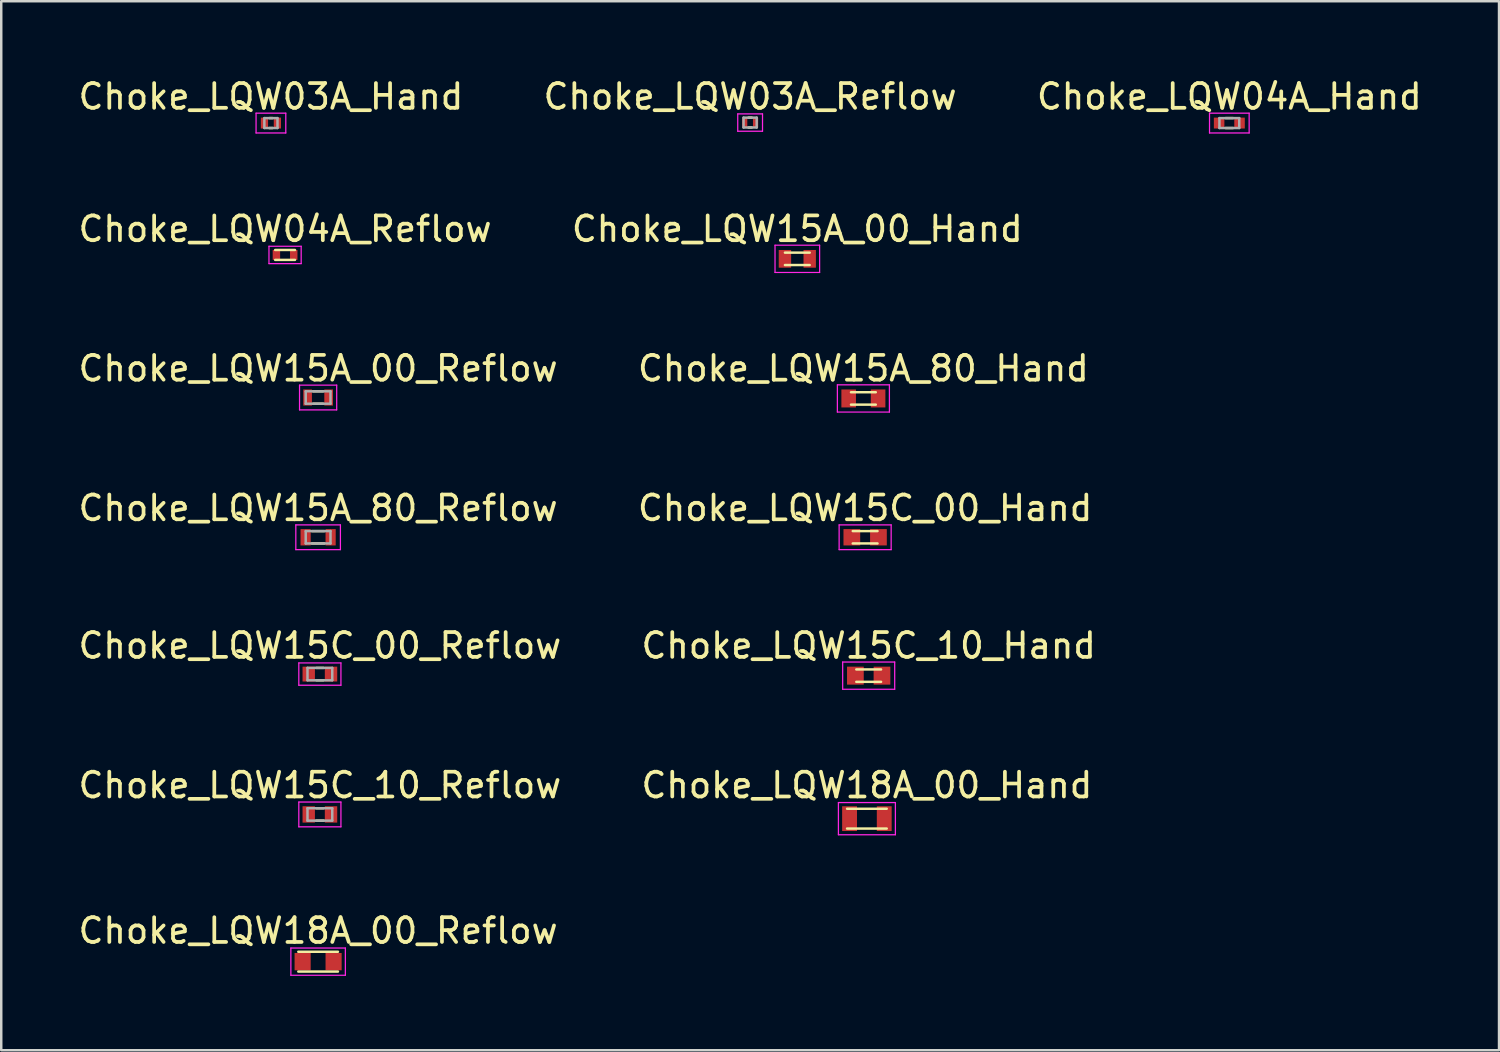
<source format=kicad_pcb>
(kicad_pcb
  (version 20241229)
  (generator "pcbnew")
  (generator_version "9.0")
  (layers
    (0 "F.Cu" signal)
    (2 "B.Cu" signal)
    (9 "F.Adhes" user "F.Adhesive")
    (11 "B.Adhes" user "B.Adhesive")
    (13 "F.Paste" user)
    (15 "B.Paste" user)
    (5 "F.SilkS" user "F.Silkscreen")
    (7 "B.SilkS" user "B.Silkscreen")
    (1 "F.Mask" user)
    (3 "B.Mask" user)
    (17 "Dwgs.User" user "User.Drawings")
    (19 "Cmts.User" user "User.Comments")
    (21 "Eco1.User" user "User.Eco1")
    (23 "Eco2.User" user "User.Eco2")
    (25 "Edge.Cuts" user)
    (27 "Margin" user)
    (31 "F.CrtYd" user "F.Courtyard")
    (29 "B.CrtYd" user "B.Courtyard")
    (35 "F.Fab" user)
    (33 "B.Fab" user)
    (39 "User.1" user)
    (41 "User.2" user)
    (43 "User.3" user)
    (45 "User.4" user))
  (footprint "Choke_LQW15C_00_Hand"
    (layer "F.Cu")
    (at 31.875 18.639)
    (property "Reference" "Choke_LQW15C_00_Hand" (at 0 -1.18 0) (layer "F.SilkS") (effects (font (size 1 1) (thickness 0.15))))
    (attr smd)
    (fp_line (start -0.5 -0.25) (end 0.5 -0.25) (stroke (width 0.1) (type solid)) (layer "F.SilkS"))
    (fp_line (start -0.5 0.25) (end 0.5 0.25) (stroke (width 0.1) (type solid)) (layer "F.SilkS"))
    (fp_line (start -1.05 -0.5) (end -1.05 0.5) (stroke (width 0.05) (type solid)) (layer "F.CrtYd"))
    (fp_line (start -1.05 -0.5) (end 1.05 -0.5) (stroke (width 0.05) (type solid)) (layer "F.CrtYd"))
    (fp_line (start -1.05 0.5) (end 1.05 0.5) (stroke (width 0.05) (type solid)) (layer "F.CrtYd"))
    (fp_line (start 1.05 -0.5) (end 1.05 0.5) (stroke (width 0.05) (type solid)) (layer "F.CrtYd"))
    (pad "1" smd rect (at -0.537 0) (size 0.675 0.66) (layers "F.Cu" "F.Mask" "F.Paste"))
    (pad "2" smd rect (at 0.537 0) (size 0.675 0.66) (layers "F.Cu" "F.Mask" "F.Paste")))
  (footprint "Choke_LQW04A_Hand"
    (layer "F.Cu")
    (at 46.577 1.918)
    (property "Reference" "Choke_LQW04A_Hand" (at 0 -1.07 0) (layer "F.SilkS") (effects (font (size 1 1) (thickness 0.15))))
    (attr smd)
    (fp_line (start -0.15 -0.2) (end 0.15 -0.2) (stroke (width 0.1) (type solid)) (layer "F.SilkS"))
    (fp_line (start -0.15 0.2) (end 0.15 0.2) (stroke (width 0.1) (type solid)) (layer "F.SilkS"))
    (fp_line (start -0.8 -0.4) (end -0.8 0.4) (stroke (width 0.05) (type solid)) (layer "F.CrtYd"))
    (fp_line (start -0.8 -0.4) (end 0.8 -0.4) (stroke (width 0.05) (type solid)) (layer "F.CrtYd"))
    (fp_line (start -0.8 0.4) (end 0.8 0.4) (stroke (width 0.05) (type solid)) (layer "F.CrtYd"))
    (fp_line (start 0.8 -0.4) (end 0.8 0.4) (stroke (width 0.05) (type solid)) (layer "F.CrtYd"))
    (fp_line (start -0.4 -0.2) (end -0.4 0.2) (stroke (width 0.1) (type solid)) (layer "F.Fab"))
    (fp_line (start -0.4 -0.2) (end 0.4 -0.2) (stroke (width 0.1) (type solid)) (layer "F.Fab"))
    (fp_line (start -0.4 0.2) (end 0.4 0.2) (stroke (width 0.1) (type solid)) (layer "F.Fab"))
    (fp_line (start 0.4 -0.2) (end 0.4 0.2) (stroke (width 0.1) (type solid)) (layer "F.Fab"))
    (pad "1" smd rect (at -0.412 0) (size 0.425 0.44) (layers "F.Cu" "F.Mask" "F.Paste"))
    (pad "2" smd rect (at 0.412 0) (size 0.425 0.44) (layers "F.Cu" "F.Mask" "F.Paste")))
  (footprint "Choke_LQW15A_00_Reflow"
    (layer "F.Cu")
    (at 9.792 12.997)
    (property "Reference" "Choke_LQW15A_00_Reflow" (at 0 -1.175 0) (layer "F.SilkS") (effects (font (size 1 1) (thickness 0.15))))
    (attr smd)
    (fp_line (start -0.2 -0.25) (end 0.2 -0.25) (stroke (width 0.1) (type solid)) (layer "F.SilkS"))
    (fp_line (start -0.2 0.25) (end 0.2 0.25) (stroke (width 0.1) (type solid)) (layer "F.SilkS"))
    (fp_line (start -0.75 -0.5) (end -0.75 0.5) (stroke (width 0.05) (type solid)) (layer "F.CrtYd"))
    (fp_line (start -0.75 -0.5) (end 0.75 -0.5) (stroke (width 0.05) (type solid)) (layer "F.CrtYd"))
    (fp_line (start -0.75 0.5) (end 0.75 0.5) (stroke (width 0.05) (type solid)) (layer "F.CrtYd"))
    (fp_line (start 0.75 -0.5) (end 0.75 0.5) (stroke (width 0.05) (type solid)) (layer "F.CrtYd"))
    (fp_line (start -0.5 -0.25) (end -0.5 0.25) (stroke (width 0.1) (type solid)) (layer "F.Fab"))
    (fp_line (start -0.5 -0.25) (end 0.5 -0.25) (stroke (width 0.1) (type solid)) (layer "F.Fab"))
    (fp_line (start -0.5 0.25) (end 0.5 0.25) (stroke (width 0.1) (type solid)) (layer "F.Fab"))
    (fp_line (start 0.5 -0.25) (end 0.5 0.25) (stroke (width 0.1) (type solid)) (layer "F.Fab"))
    (pad "1" smd rect (at -0.425 0) (size 0.35 0.65) (layers "F.Cu" "F.Mask" "F.Paste"))
    (pad "2" smd rect (at 0.425 0) (size 0.35 0.65) (layers "F.Cu" "F.Mask" "F.Paste")))
  (footprint "Choke_LQW15A_00_Hand"
    (layer "F.Cu")
    (at 29.137 7.399)
    (property "Reference" "Choke_LQW15A_00_Hand" (at 0 -1.208 0) (layer "F.SilkS") (effects (font (size 1 1) (thickness 0.15))))
    (attr smd)
    (fp_line (start -0.5 -0.25) (end 0.5 -0.25) (stroke (width 0.1) (type solid)) (layer "F.SilkS"))
    (fp_line (start -0.5 0.25) (end 0.5 0.25) (stroke (width 0.1) (type solid)) (layer "F.SilkS"))
    (fp_line (start -0.9 -0.55) (end -0.9 0.55) (stroke (width 0.05) (type solid)) (layer "F.CrtYd"))
    (fp_line (start -0.9 -0.55) (end 0.9 -0.55) (stroke (width 0.05) (type solid)) (layer "F.CrtYd"))
    (fp_line (start -0.9 0.55) (end 0.9 0.55) (stroke (width 0.05) (type solid)) (layer "F.CrtYd"))
    (fp_line (start 0.9 -0.55) (end 0.9 0.55) (stroke (width 0.05) (type solid)) (layer "F.CrtYd"))
    (pad "1" smd rect (at -0.5 0) (size 0.5 0.715) (layers "F.Cu" "F.Mask" "F.Paste"))
    (pad "2" smd rect (at 0.5 0) (size 0.5 0.715) (layers "F.Cu" "F.Mask" "F.Paste")))
  (footprint "Choke_LQW18A_00_Hand"
    (layer "F.Cu")
    (at 31.946 29.998)
    (property "Reference" "Choke_LQW18A_00_Hand" (at 0 -1.35 0) (layer "F.SilkS") (effects (font (size 1 1) (thickness 0.15))))
    (attr smd)
    (fp_line (start -0.8 -0.4) (end 0.8 -0.4) (stroke (width 0.1) (type solid)) (layer "F.SilkS"))
    (fp_line (start -0.8 0.4) (end 0.8 0.4) (stroke (width 0.1) (type solid)) (layer "F.SilkS"))
    (fp_line (start -1.15 -0.65) (end -1.15 0.65) (stroke (width 0.05) (type solid)) (layer "F.CrtYd"))
    (fp_line (start -1.15 -0.65) (end 1.15 -0.65) (stroke (width 0.05) (type solid)) (layer "F.CrtYd"))
    (fp_line (start -1.15 0.65) (end 1.15 0.65) (stroke (width 0.05) (type solid)) (layer "F.CrtYd"))
    (fp_line (start 1.15 -0.65) (end 1.15 0.65) (stroke (width 0.05) (type solid)) (layer "F.CrtYd"))
    (pad "1" smd rect (at -0.7 0) (size 0.6 1) (layers "F.Cu" "F.Mask" "F.Paste"))
    (pad "2" smd rect (at 0.7 0) (size 0.6 1) (layers "F.Cu" "F.Mask" "F.Paste")))
  (footprint "Choke_LQW03A_Hand"
    (layer "F.Cu")
    (at 7.887 1.918)
    (property "Reference" "Choke_LQW03A_Hand" (at 0 -1.07 0) (layer "F.SilkS") (effects (font (size 1 1) (thickness 0.15))))
    (attr smd)
    (fp_line (start -0.065 -0.2) (end 0.065 -0.2) (stroke (width 0.1) (type solid)) (layer "F.SilkS"))
    (fp_line (start -0.065 0.2) (end 0.065 0.2) (stroke (width 0.1) (type solid)) (layer "F.SilkS"))
    (fp_line (start -0.6 -0.4) (end -0.6 0.4) (stroke (width 0.05) (type solid)) (layer "F.CrtYd"))
    (fp_line (start -0.6 -0.4) (end 0.6 -0.4) (stroke (width 0.05) (type solid)) (layer "F.CrtYd"))
    (fp_line (start -0.6 0.4) (end 0.6 0.4) (stroke (width 0.05) (type solid)) (layer "F.CrtYd"))
    (fp_line (start 0.6 -0.4) (end 0.6 0.4) (stroke (width 0.05) (type solid)) (layer "F.CrtYd"))
    (fp_line (start -0.265 -0.2) (end -0.265 0.2) (stroke (width 0.1) (type solid)) (layer "F.Fab"))
    (fp_line (start -0.265 -0.2) (end 0.265 -0.2) (stroke (width 0.1) (type solid)) (layer "F.Fab"))
    (fp_line (start -0.265 0.2) (end 0.265 0.2) (stroke (width 0.1) (type solid)) (layer "F.Fab"))
    (fp_line (start 0.265 -0.2) (end 0.265 0.2) (stroke (width 0.1) (type solid)) (layer "F.Fab"))
    (pad "1" smd rect (at -0.261 0) (size 0.291 0.44) (layers "F.Cu" "F.Mask" "F.Paste"))
    (pad "2" smd rect (at 0.261 0) (size 0.291 0.44) (layers "F.Cu" "F.Mask" "F.Paste")))
  (footprint "Choke_LQW18A_00_Reflow"
    (layer "F.Cu")
    (at 9.792 35.771)
    (property "Reference" "Choke_LQW18A_00_Reflow" (at 0 -1.25 0) (layer "F.SilkS") (effects (font (size 1 1) (thickness 0.15))))
    (attr smd)
    (fp_line (start -0.8 -0.4) (end 0.8 -0.4) (stroke (width 0.1) (type solid)) (layer "F.SilkS"))
    (fp_line (start -0.8 0.4) (end 0.8 0.4) (stroke (width 0.1) (type solid)) (layer "F.SilkS"))
    (fp_line (start -1.1 -0.55) (end -1.1 0.55) (stroke (width 0.05) (type solid)) (layer "F.CrtYd"))
    (fp_line (start -1.1 -0.55) (end 1.1 -0.55) (stroke (width 0.05) (type solid)) (layer "F.CrtYd"))
    (fp_line (start -1.1 0.55) (end 1.1 0.55) (stroke (width 0.05) (type solid)) (layer "F.CrtYd"))
    (fp_line (start 1.1 -0.55) (end 1.1 0.55) (stroke (width 0.05) (type solid)) (layer "F.CrtYd"))
    (pad "1" smd rect (at -0.625 0) (size 0.65 0.7) (layers "F.Cu" "F.Mask" "F.Paste"))
    (pad "2" smd rect (at 0.625 0) (size 0.65 0.7) (layers "F.Cu" "F.Mask" "F.Paste")))
  (footprint "Choke_LQW15A_80_Reflow"
    (layer "F.Cu")
    (at 9.792 18.639)
    (property "Reference" "Choke_LQW15A_80_Reflow" (at 0 -1.18 0) (layer "F.SilkS") (effects (font (size 1 1) (thickness 0.15))))
    (attr smd)
    (fp_line (start -0.25 -0.25) (end 0.25 -0.25) (stroke (width 0.1) (type solid)) (layer "F.SilkS"))
    (fp_line (start -0.25 0.25) (end 0.25 0.25) (stroke (width 0.1) (type solid)) (layer "F.SilkS"))
    (fp_line (start -0.9 -0.5) (end -0.9 0.5) (stroke (width 0.05) (type solid)) (layer "F.CrtYd"))
    (fp_line (start -0.9 -0.5) (end 0.9 -0.5) (stroke (width 0.05) (type solid)) (layer "F.CrtYd"))
    (fp_line (start -0.9 0.5) (end 0.9 0.5) (stroke (width 0.05) (type solid)) (layer "F.CrtYd"))
    (fp_line (start 0.9 -0.5) (end 0.9 0.5) (stroke (width 0.05) (type solid)) (layer "F.CrtYd"))
    (fp_line (start -0.5 -0.25) (end -0.5 0.25) (stroke (width 0.1) (type solid)) (layer "F.Fab"))
    (fp_line (start -0.5 -0.25) (end 0.5 -0.25) (stroke (width 0.1) (type solid)) (layer "F.Fab"))
    (fp_line (start -0.5 0.25) (end 0.5 0.25) (stroke (width 0.1) (type solid)) (layer "F.Fab"))
    (fp_line (start 0.5 -0.25) (end 0.5 0.25) (stroke (width 0.1) (type solid)) (layer "F.Fab"))
    (pad "1" smd rect (at -0.505 0) (size 0.41 0.66) (layers "F.Cu" "F.Mask" "F.Paste"))
    (pad "2" smd rect (at 0.505 0) (size 0.41 0.66) (layers "F.Cu" "F.Mask" "F.Paste")))
  (footprint "Choke_LQW15A_80_Hand"
    (layer "F.Cu")
    (at 31.804 13.035)
    (property "Reference" "Choke_LQW15A_80_Hand" (at 0 -1.213 0) (layer "F.SilkS") (effects (font (size 1 1) (thickness 0.15))))
    (attr smd)
    (fp_line (start -0.5 -0.25) (end 0.5 -0.25) (stroke (width 0.1) (type solid)) (layer "F.SilkS"))
    (fp_line (start -0.5 0.25) (end 0.5 0.25) (stroke (width 0.1) (type solid)) (layer "F.SilkS"))
    (fp_line (start -1.05 -0.55) (end -1.05 0.55) (stroke (width 0.05) (type solid)) (layer "F.CrtYd"))
    (fp_line (start -1.05 -0.55) (end 1.05 -0.55) (stroke (width 0.05) (type solid)) (layer "F.CrtYd"))
    (fp_line (start -1.05 0.55) (end 1.05 0.55) (stroke (width 0.05) (type solid)) (layer "F.CrtYd"))
    (fp_line (start 1.05 -0.55) (end 1.05 0.55) (stroke (width 0.05) (type solid)) (layer "F.CrtYd"))
    (pad "1" smd rect (at -0.594 0) (size 0.588 0.726) (layers "F.Cu" "F.Mask" "F.Paste"))
    (pad "2" smd rect (at 0.594 0) (size 0.588 0.726) (layers "F.Cu" "F.Mask" "F.Paste")))
  (footprint "Choke_LQW04A_Reflow"
    (layer "F.Cu")
    (at 8.458 7.242)
    (property "Reference" "Choke_LQW04A_Reflow" (at 0 -1.05 0) (layer "F.SilkS") (effects (font (size 1 1) (thickness 0.15))))
    (attr smd)
    (fp_line (start -0.4 -0.2) (end 0.4 -0.2) (stroke (width 0.1) (type solid)) (layer "F.SilkS"))
    (fp_line (start -0.4 0.2) (end 0.4 0.2) (stroke (width 0.1) (type solid)) (layer "F.SilkS"))
    (fp_line (start -0.65 -0.35) (end -0.65 0.35) (stroke (width 0.05) (type solid)) (layer "F.CrtYd"))
    (fp_line (start -0.65 -0.35) (end 0.65 -0.35) (stroke (width 0.05) (type solid)) (layer "F.CrtYd"))
    (fp_line (start -0.65 0.35) (end 0.65 0.35) (stroke (width 0.05) (type solid)) (layer "F.CrtYd"))
    (fp_line (start 0.65 -0.35) (end 0.65 0.35) (stroke (width 0.05) (type solid)) (layer "F.CrtYd"))
    (pad "1" smd rect (at -0.35 0) (size 0.3 0.4) (layers "F.Cu" "F.Mask" "F.Paste"))
    (pad "2" smd rect (at 0.35 0) (size 0.3 0.4) (layers "F.Cu" "F.Mask" "F.Paste")))
  (footprint "Choke_LQW15C_00_Reflow"
    (layer "F.Cu")
    (at 9.863 24.162)
    (property "Reference" "Choke_LQW15C_00_Reflow" (at 0 -1.15 0) (layer "F.SilkS") (effects (font (size 1 1) (thickness 0.15))))
    (attr smd)
    (fp_line (start -0.15 -0.25) (end 0.15 -0.25) (stroke (width 0.1) (type solid)) (layer "F.SilkS"))
    (fp_line (start -0.15 0.25) (end 0.15 0.25) (stroke (width 0.1) (type solid)) (layer "F.SilkS"))
    (fp_line (start -0.85 -0.45) (end -0.85 0.45) (stroke (width 0.05) (type solid)) (layer "F.CrtYd"))
    (fp_line (start -0.85 -0.45) (end 0.85 -0.45) (stroke (width 0.05) (type solid)) (layer "F.CrtYd"))
    (fp_line (start -0.85 0.45) (end 0.85 0.45) (stroke (width 0.05) (type solid)) (layer "F.CrtYd"))
    (fp_line (start 0.85 -0.45) (end 0.85 0.45) (stroke (width 0.05) (type solid)) (layer "F.CrtYd"))
    (fp_line (start -0.5 -0.25) (end -0.5 0.25) (stroke (width 0.1) (type solid)) (layer "F.Fab"))
    (fp_line (start -0.5 -0.25) (end 0.5 -0.25) (stroke (width 0.1) (type solid)) (layer "F.Fab"))
    (fp_line (start -0.5 0.25) (end 0.5 0.25) (stroke (width 0.1) (type solid)) (layer "F.Fab"))
    (fp_line (start 0.5 -0.25) (end 0.5 0.25) (stroke (width 0.1) (type solid)) (layer "F.Fab"))
    (pad "1" smd rect (at -0.45 0) (size 0.5 0.6) (layers "F.Cu" "F.Mask" "F.Paste"))
    (pad "2" smd rect (at 0.45 0) (size 0.5 0.6) (layers "F.Cu" "F.Mask" "F.Paste")))
  (footprint "Choke_LQW15C_10_Reflow"
    (layer "F.Cu")
    (at 9.863 29.828)
    (property "Reference" "Choke_LQW15C_10_Reflow" (at 0 -1.18 0) (layer "F.SilkS") (effects (font (size 1 1) (thickness 0.15))))
    (attr smd)
    (fp_line (start -0.15 -0.25) (end 0.15 -0.25) (stroke (width 0.1) (type solid)) (layer "F.SilkS"))
    (fp_line (start -0.15 0.25) (end 0.15 0.25) (stroke (width 0.1) (type solid)) (layer "F.SilkS"))
    (fp_line (start -0.85 -0.5) (end -0.85 0.5) (stroke (width 0.05) (type solid)) (layer "F.CrtYd"))
    (fp_line (start -0.85 -0.5) (end 0.85 -0.5) (stroke (width 0.05) (type solid)) (layer "F.CrtYd"))
    (fp_line (start -0.85 0.5) (end 0.85 0.5) (stroke (width 0.05) (type solid)) (layer "F.CrtYd"))
    (fp_line (start 0.85 -0.5) (end 0.85 0.5) (stroke (width 0.05) (type solid)) (layer "F.CrtYd"))
    (fp_line (start -0.5 -0.25) (end -0.5 0.25) (stroke (width 0.1) (type solid)) (layer "F.Fab"))
    (fp_line (start -0.5 -0.25) (end 0.5 -0.25) (stroke (width 0.1) (type solid)) (layer "F.Fab"))
    (fp_line (start -0.5 0.25) (end 0.5 0.25) (stroke (width 0.1) (type solid)) (layer "F.Fab"))
    (fp_line (start 0.5 -0.25) (end 0.5 0.25) (stroke (width 0.1) (type solid)) (layer "F.Fab"))
    (pad "1" smd rect (at -0.45 0) (size 0.5 0.66) (layers "F.Cu" "F.Mask" "F.Paste"))
    (pad "2" smd rect (at 0.45 0) (size 0.5 0.66) (layers "F.Cu" "F.Mask" "F.Paste")))
  (footprint "Choke_LQW15C_10_Hand"
    (layer "F.Cu")
    (at 32.018 24.225)
    (property "Reference" "Choke_LQW15C_10_Hand" (at 0 -1.213 0) (layer "F.SilkS") (effects (font (size 1 1) (thickness 0.15))))
    (attr smd)
    (fp_line (start -0.5 -0.25) (end 0.5 -0.25) (stroke (width 0.1) (type solid)) (layer "F.SilkS"))
    (fp_line (start -0.5 0.25) (end 0.5 0.25) (stroke (width 0.1) (type solid)) (layer "F.SilkS"))
    (fp_line (start -1.05 -0.55) (end -1.05 0.55) (stroke (width 0.05) (type solid)) (layer "F.CrtYd"))
    (fp_line (start -1.05 -0.55) (end 1.05 -0.55) (stroke (width 0.05) (type solid)) (layer "F.CrtYd"))
    (fp_line (start -1.05 0.55) (end 1.05 0.55) (stroke (width 0.05) (type solid)) (layer "F.CrtYd"))
    (fp_line (start 1.05 -0.55) (end 1.05 0.55) (stroke (width 0.05) (type solid)) (layer "F.CrtYd"))
    (pad "1" smd rect (at -0.537 0) (size 0.675 0.726) (layers "F.Cu" "F.Mask" "F.Paste"))
    (pad "2" smd rect (at 0.537 0) (size 0.675 0.726) (layers "F.Cu" "F.Mask" "F.Paste")))
  (footprint "Choke_LQW03A_Reflow"
    (layer "F.Cu")
    (at 27.232 1.898)
    (property "Reference" "Choke_LQW03A_Reflow" (at 0 -1.05 0) (layer "F.SilkS") (effects (font (size 1 1) (thickness 0.15))))
    (attr smd)
    (fp_line (start -0.065 -0.2) (end 0.065 -0.2) (stroke (width 0.1) (type solid)) (layer "F.SilkS"))
    (fp_line (start -0.065 0.2) (end 0.065 0.2) (stroke (width 0.1) (type solid)) (layer "F.SilkS"))
    (fp_line (start -0.5 -0.35) (end -0.5 0.35) (stroke (width 0.05) (type solid)) (layer "F.CrtYd"))
    (fp_line (start -0.5 -0.35) (end 0.5 -0.35) (stroke (width 0.05) (type solid)) (layer "F.CrtYd"))
    (fp_line (start -0.5 0.35) (end 0.5 0.35) (stroke (width 0.05) (type solid)) (layer "F.CrtYd"))
    (fp_line (start 0.5 -0.35) (end 0.5 0.35) (stroke (width 0.05) (type solid)) (layer "F.CrtYd"))
    (fp_line (start -0.265 -0.2) (end -0.265 0.2) (stroke (width 0.1) (type solid)) (layer "F.Fab"))
    (fp_line (start -0.265 -0.2) (end 0.265 -0.2) (stroke (width 0.1) (type solid)) (layer "F.Fab"))
    (fp_line (start -0.265 0.2) (end 0.265 0.2) (stroke (width 0.1) (type solid)) (layer "F.Fab"))
    (fp_line (start 0.265 -0.2) (end 0.265 0.2) (stroke (width 0.1) (type solid)) (layer "F.Fab"))
    (pad "1" smd rect (at -0.22 0) (size 0.21 0.4) (layers "F.Cu" "F.Mask" "F.Paste"))
    (pad "2" smd rect (at 0.22 0) (size 0.21 0.4) (layers "F.Cu" "F.Mask" "F.Paste")))
  (gr_rect
    (start -3 -3)
    (end 57.464 39.346)
    (stroke (width 0.1) (type default))
    (fill no)
    (layer "Edge.Cuts")))
</source>
